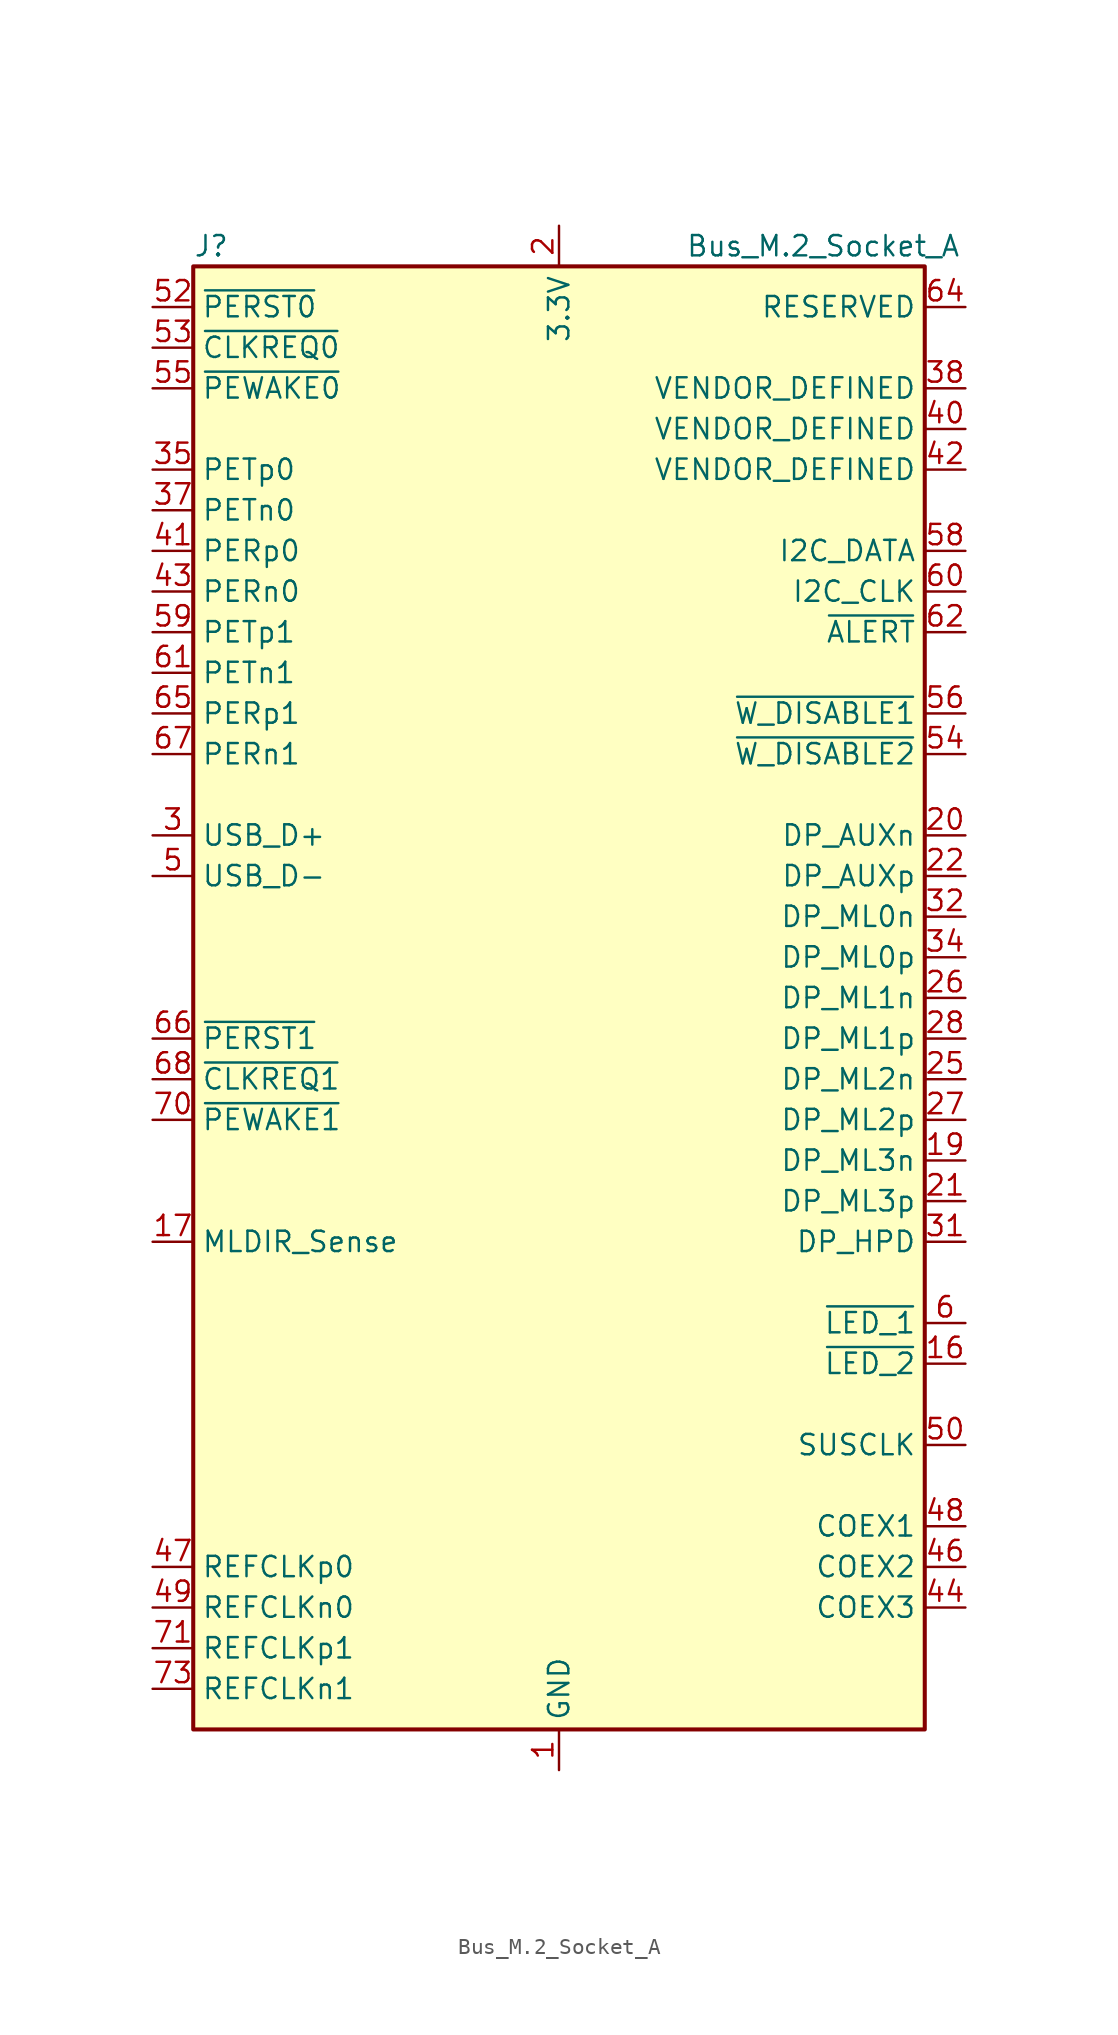
<source format=kicad_sym>
(kicad_symbol_lib
  (version 20241209)
  (generator "kicad_symbol_editor")
  (generator_version "9.0")
  (symbol "Bus_M.2_Socket_A"
    (property "Reference" "J"
      (at -22.86 46.99 0)
      (effects (font (size 1.27 1.27)) (justify left)))
    (property "Value" "Bus_M.2_Socket_A"
      (at 16.51 46.99 0)
      (effects (font (size 1.27 1.27))))
    (symbol "Bus_M.2_Socket_A_0_1"
      (rectangle (start -22.86 45.72) (end 22.86 -45.72) (stroke (width 0.254) (type default)) (fill (type background))))
    (symbol "Bus_M.2_Socket_A_1_1"
      (pin output line (at -25.4 43.18 0) (length 2.54) (name "~{PERST0}" (effects (font (size 1.27 1.27)))) (number "52" (effects (font (size 1.27 1.27)))))
      (pin bidirectional line (at -25.4 40.64 0) (length 2.54) (name "~{CLKREQ0}" (effects (font (size 1.27 1.27)))) (number "53" (effects (font (size 1.27 1.27)))))
      (pin bidirectional line (at -25.4 38.1 0) (length 2.54) (name "~{PEWAKE0}" (effects (font (size 1.27 1.27)))) (number "55" (effects (font (size 1.27 1.27)))))
      (pin output line (at -25.4 33.02 0) (length 2.54) (name "PETp0" (effects (font (size 1.27 1.27)))) (number "35" (effects (font (size 1.27 1.27)))))
      (pin output line (at -25.4 30.48 0) (length 2.54) (name "PETn0" (effects (font (size 1.27 1.27)))) (number "37" (effects (font (size 1.27 1.27)))))
      (pin input line (at -25.4 27.94 0) (length 2.54) (name "PERp0" (effects (font (size 1.27 1.27)))) (number "41" (effects (font (size 1.27 1.27)))))
      (pin input line (at -25.4 25.4 0) (length 2.54) (name "PERn0" (effects (font (size 1.27 1.27)))) (number "43" (effects (font (size 1.27 1.27)))))
      (pin output line (at -25.4 22.86 0) (length 2.54) (name "PETp1" (effects (font (size 1.27 1.27)))) (number "59" (effects (font (size 1.27 1.27)))))
      (pin output line (at -25.4 20.32 0) (length 2.54) (name "PETn1" (effects (font (size 1.27 1.27)))) (number "61" (effects (font (size 1.27 1.27)))))
      (pin input line (at -25.4 17.78 0) (length 2.54) (name "PERp1" (effects (font (size 1.27 1.27)))) (number "65" (effects (font (size 1.27 1.27)))))
      (pin input line (at -25.4 15.24 0) (length 2.54) (name "PERn1" (effects (font (size 1.27 1.27)))) (number "67" (effects (font (size 1.27 1.27)))))
      (pin bidirectional line (at -25.4 10.16 0) (length 2.54) (name "USB_D+" (effects (font (size 1.27 1.27)))) (number "3" (effects (font (size 1.27 1.27)))))
      (pin bidirectional line (at -25.4 7.62 0) (length 2.54) (name "USB_D-" (effects (font (size 1.27 1.27)))) (number "5" (effects (font (size 1.27 1.27)))))
      (pin output line (at -25.4 -2.54 0) (length 2.54) (name "~{PERST1}" (effects (font (size 1.27 1.27)))) (number "66" (effects (font (size 1.27 1.27)))))
      (pin bidirectional line (at -25.4 -5.08 0) (length 2.54) (name "~{CLKREQ1}" (effects (font (size 1.27 1.27)))) (number "68" (effects (font (size 1.27 1.27)))))
      (pin bidirectional line (at -25.4 -7.62 0) (length 2.54) (name "~{PEWAKE1}" (effects (font (size 1.27 1.27)))) (number "70" (effects (font (size 1.27 1.27)))))
      (pin input line (at -25.4 -15.24 0) (length 2.54) (name "MLDIR_Sense" (effects (font (size 1.27 1.27)))) (number "17" (effects (font (size 1.27 1.27)))))
      (pin output line (at -25.4 -35.56 0) (length 2.54) (name "REFCLKp0" (effects (font (size 1.27 1.27)))) (number "47" (effects (font (size 1.27 1.27)))))
      (pin output line (at -25.4 -38.1 0) (length 2.54) (name "REFCLKn0" (effects (font (size 1.27 1.27)))) (number "49" (effects (font (size 1.27 1.27)))))
      (pin output line (at -25.4 -40.64 0) (length 2.54) (name "REFCLKp1" (effects (font (size 1.27 1.27)))) (number "71" (effects (font (size 1.27 1.27)))))
      (pin output line (at -25.4 -43.18 0) (length 2.54) (name "REFCLKn1" (effects (font (size 1.27 1.27)))) (number "73" (effects (font (size 1.27 1.27)))))
      (pin power_in line (at 0 48.26 270) (length 2.54) (name "3.3V" (effects (font (size 1.27 1.27)))) (number "2" (effects (font (size 1.27 1.27)))))
      (pin passive line (at 0 48.26 270) (length 2.54) (hide yes) (name "3.3V" (effects (font (size 1.27 1.27)))) (number "4" (effects (font (size 1.27 1.27)))))
      (pin passive line (at 0 48.26 270) (length 2.54) (hide yes) (name "3.3V" (effects (font (size 1.27 1.27)))) (number "72" (effects (font (size 1.27 1.27)))))
      (pin passive line (at 0 48.26 270) (length 2.54) (hide yes) (name "3.3V" (effects (font (size 1.27 1.27)))) (number "74" (effects (font (size 1.27 1.27)))))
      (pin power_in line (at 0 -48.26 90) (length 2.54) (name "GND" (effects (font (size 1.27 1.27)))) (number "1" (effects (font (size 1.27 1.27)))))
      (pin passive line (at 0 -48.26 90) (length 2.54) (hide yes) (name "GND" (effects (font (size 1.27 1.27)))) (number "18" (effects (font (size 1.27 1.27)))))
      (pin passive line (at 0 -48.26 90) (length 2.54) (hide yes) (name "GND" (effects (font (size 1.27 1.27)))) (number "23" (effects (font (size 1.27 1.27)))))
      (pin passive line (at 0 -48.26 90) (length 2.54) (hide yes) (name "GND" (effects (font (size 1.27 1.27)))) (number "24" (effects (font (size 1.27 1.27)))))
      (pin passive line (at 0 -48.26 90) (length 2.54) (hide yes) (name "GND" (effects (font (size 1.27 1.27)))) (number "29" (effects (font (size 1.27 1.27)))))
      (pin passive line (at 0 -48.26 90) (length 2.54) (hide yes) (name "GND" (effects (font (size 1.27 1.27)))) (number "30" (effects (font (size 1.27 1.27)))))
      (pin passive line (at 0 -48.26 90) (length 2.54) (hide yes) (name "GND" (effects (font (size 1.27 1.27)))) (number "33" (effects (font (size 1.27 1.27)))))
      (pin passive line (at 0 -48.26 90) (length 2.54) (hide yes) (name "GND" (effects (font (size 1.27 1.27)))) (number "36" (effects (font (size 1.27 1.27)))))
      (pin passive line (at 0 -48.26 90) (length 2.54) (hide yes) (name "GND" (effects (font (size 1.27 1.27)))) (number "39" (effects (font (size 1.27 1.27)))))
      (pin passive line (at 0 -48.26 90) (length 2.54) (hide yes) (name "GND" (effects (font (size 1.27 1.27)))) (number "45" (effects (font (size 1.27 1.27)))))
      (pin passive line (at 0 -48.26 90) (length 2.54) (hide yes) (name "GND" (effects (font (size 1.27 1.27)))) (number "51" (effects (font (size 1.27 1.27)))))
      (pin passive line (at 0 -48.26 90) (length 2.54) (hide yes) (name "GND" (effects (font (size 1.27 1.27)))) (number "57" (effects (font (size 1.27 1.27)))))
      (pin passive line (at 0 -48.26 90) (length 2.54) (hide yes) (name "GND" (effects (font (size 1.27 1.27)))) (number "63" (effects (font (size 1.27 1.27)))))
      (pin passive line (at 0 -48.26 90) (length 2.54) (hide yes) (name "GND" (effects (font (size 1.27 1.27)))) (number "69" (effects (font (size 1.27 1.27)))))
      (pin passive line (at 0 -48.26 90) (length 2.54) (hide yes) (name "GND" (effects (font (size 1.27 1.27)))) (number "7" (effects (font (size 1.27 1.27)))))
      (pin passive line (at 0 -48.26 90) (length 2.54) (hide yes) (name "GND" (effects (font (size 1.27 1.27)))) (number "75" (effects (font (size 1.27 1.27)))))
      (pin passive line (at 25.4 43.18 180) (length 2.54) (name "RESERVED" (effects (font (size 1.27 1.27)))) (number "64" (effects (font (size 1.27 1.27)))))
      (pin passive line (at 25.4 38.1 180) (length 2.54) (name "VENDOR_DEFINED" (effects (font (size 1.27 1.27)))) (number "38" (effects (font (size 1.27 1.27)))))
      (pin passive line (at 25.4 35.56 180) (length 2.54) (name "VENDOR_DEFINED" (effects (font (size 1.27 1.27)))) (number "40" (effects (font (size 1.27 1.27)))))
      (pin passive line (at 25.4 33.02 180) (length 2.54) (name "VENDOR_DEFINED" (effects (font (size 1.27 1.27)))) (number "42" (effects (font (size 1.27 1.27)))))
      (pin bidirectional line (at 25.4 27.94 180) (length 2.54) (name "I2C_DATA" (effects (font (size 1.27 1.27)))) (number "58" (effects (font (size 1.27 1.27)))))
      (pin output line (at 25.4 25.4 180) (length 2.54) (name "I2C_CLK" (effects (font (size 1.27 1.27)))) (number "60" (effects (font (size 1.27 1.27)))))
      (pin input line (at 25.4 22.86 180) (length 2.54) (name "~{ALERT}" (effects (font (size 1.27 1.27)))) (number "62" (effects (font (size 1.27 1.27)))))
      (pin output line (at 25.4 17.78 180) (length 2.54) (name "~{W_DISABLE1}" (effects (font (size 1.27 1.27)))) (number "56" (effects (font (size 1.27 1.27)))))
      (pin output line (at 25.4 15.24 180) (length 2.54) (name "~{W_DISABLE2}" (effects (font (size 1.27 1.27)))) (number "54" (effects (font (size 1.27 1.27)))))
      (pin bidirectional line (at 25.4 10.16 180) (length 2.54) (name "DP_AUXn" (effects (font (size 1.27 1.27)))) (number "20" (effects (font (size 1.27 1.27)))))
      (pin bidirectional line (at 25.4 7.62 180) (length 2.54) (name "DP_AUXp" (effects (font (size 1.27 1.27)))) (number "22" (effects (font (size 1.27 1.27)))))
      (pin bidirectional line (at 25.4 5.08 180) (length 2.54) (name "DP_ML0n" (effects (font (size 1.27 1.27)))) (number "32" (effects (font (size 1.27 1.27)))))
      (pin bidirectional line (at 25.4 2.54 180) (length 2.54) (name "DP_ML0p" (effects (font (size 1.27 1.27)))) (number "34" (effects (font (size 1.27 1.27)))))
      (pin bidirectional line (at 25.4 0 180) (length 2.54) (name "DP_ML1n" (effects (font (size 1.27 1.27)))) (number "26" (effects (font (size 1.27 1.27)))))
      (pin bidirectional line (at 25.4 -2.54 180) (length 2.54) (name "DP_ML1p" (effects (font (size 1.27 1.27)))) (number "28" (effects (font (size 1.27 1.27)))))
      (pin bidirectional line (at 25.4 -5.08 180) (length 2.54) (name "DP_ML2n" (effects (font (size 1.27 1.27)))) (number "25" (effects (font (size 1.27 1.27)))))
      (pin bidirectional line (at 25.4 -7.62 180) (length 2.54) (name "DP_ML2p" (effects (font (size 1.27 1.27)))) (number "27" (effects (font (size 1.27 1.27)))))
      (pin bidirectional line (at 25.4 -10.16 180) (length 2.54) (name "DP_ML3n" (effects (font (size 1.27 1.27)))) (number "19" (effects (font (size 1.27 1.27)))))
      (pin bidirectional line (at 25.4 -12.7 180) (length 2.54) (name "DP_ML3p" (effects (font (size 1.27 1.27)))) (number "21" (effects (font (size 1.27 1.27)))))
      (pin bidirectional line (at 25.4 -15.24 180) (length 2.54) (name "DP_HPD" (effects (font (size 1.27 1.27)))) (number "31" (effects (font (size 1.27 1.27)))))
      (pin open_collector line (at 25.4 -20.32 180) (length 2.54) (name "~{LED_1}" (effects (font (size 1.27 1.27)))) (number "6" (effects (font (size 1.27 1.27)))))
      (pin open_collector line (at 25.4 -22.86 180) (length 2.54) (name "~{LED_2}" (effects (font (size 1.27 1.27)))) (number "16" (effects (font (size 1.27 1.27)))))
      (pin output line (at 25.4 -27.94 180) (length 2.54) (name "SUSCLK" (effects (font (size 1.27 1.27)))) (number "50" (effects (font (size 1.27 1.27)))))
      (pin bidirectional line (at 25.4 -33.02 180) (length 2.54) (name "COEX1" (effects (font (size 1.27 1.27)))) (number "48" (effects (font (size 1.27 1.27)))))
      (pin bidirectional line (at 25.4 -35.56 180) (length 2.54) (name "COEX2" (effects (font (size 1.27 1.27)))) (number "46" (effects (font (size 1.27 1.27)))))
      (pin bidirectional line (at 25.4 -38.1 180) (length 2.54) (name "COEX3" (effects (font (size 1.27 1.27)))) (number "44" (effects (font (size 1.27 1.27))))))))
</source>
